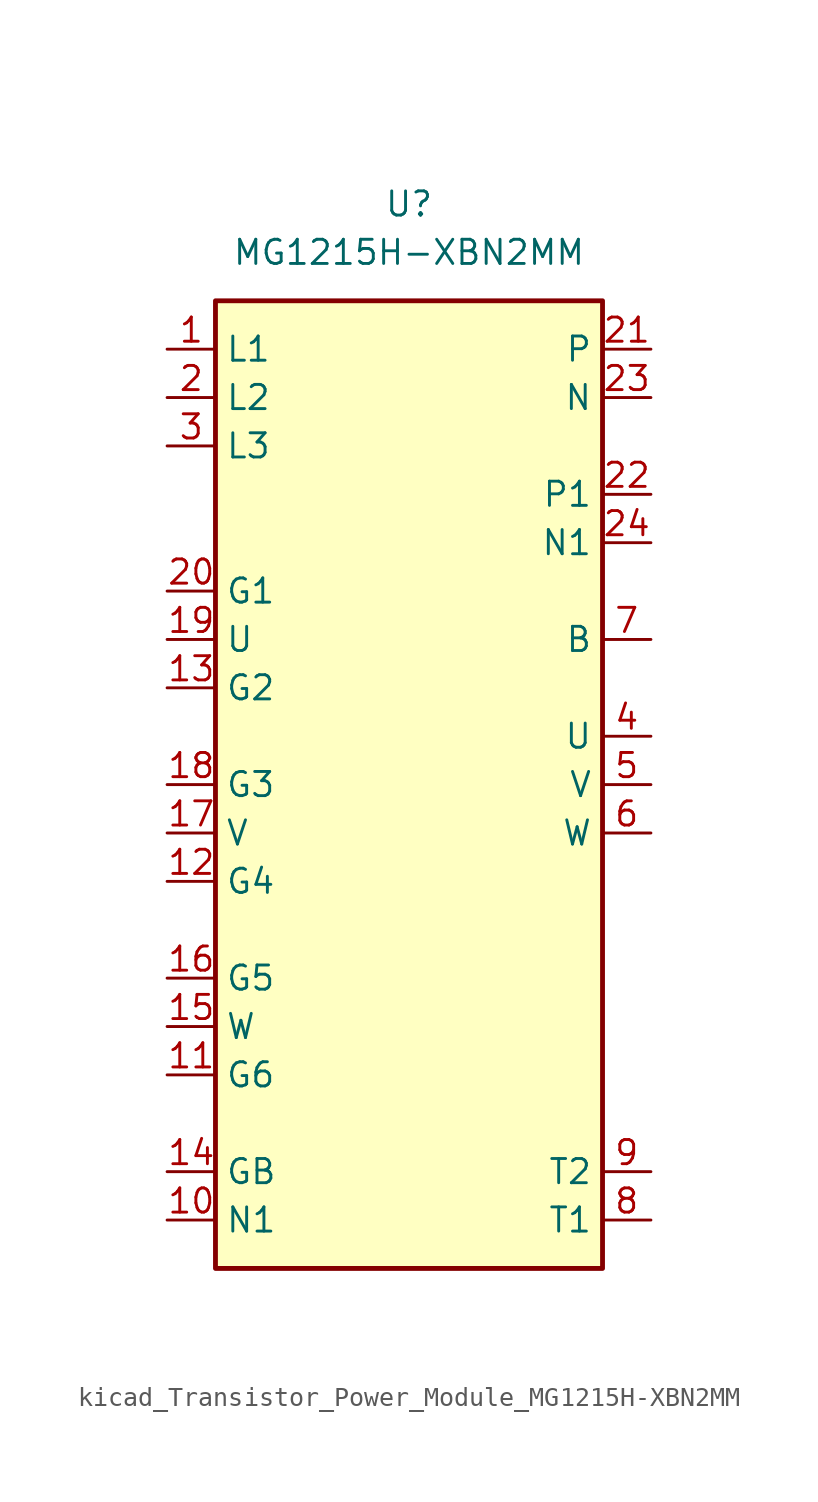
<source format=kicad_sym>
(kicad_symbol_lib
  (version 20220914)
  (generator kicad_symbol_editor)
  (symbol "kicad_Transistor_Power_Module_MG1215H-XBN2MM"
    (property "Reference" "U"
      (at 0 30.48 0)
      (effects (font (size 1.27 1.27))))
    (property "Value" "MG1215H-XBN2MM"
      (at 0 27.94 0)
      (effects (font (size 1.27 1.27))))
    (symbol "kicad_Transistor_Power_Module_MG1215H-XBN2MM_1_1"
      (rectangle (start -10.16 25.4) (end 10.16 -25.4) (stroke (width 0.254) (type default)) (fill (type background)))
      (pin passive line (at -12.7 22.86 0) (length 2.54) (name "L1" (effects (font (size 1.27 1.27)))) (number "1" (effects (font (size 1.27 1.27)))))
      (pin passive line (at -12.7 -22.86 0) (length 2.54) (name "N1" (effects (font (size 1.27 1.27)))) (number "10" (effects (font (size 1.27 1.27)))))
      (pin passive line (at -12.7 -15.24 0) (length 2.54) (name "G6" (effects (font (size 1.27 1.27)))) (number "11" (effects (font (size 1.27 1.27)))))
      (pin passive line (at -12.7 -5.08 0) (length 2.54) (name "G4" (effects (font (size 1.27 1.27)))) (number "12" (effects (font (size 1.27 1.27)))))
      (pin passive line (at -12.7 5.08 0) (length 2.54) (name "G2" (effects (font (size 1.27 1.27)))) (number "13" (effects (font (size 1.27 1.27)))))
      (pin passive line (at -12.7 -20.32 0) (length 2.54) (name "GB" (effects (font (size 1.27 1.27)))) (number "14" (effects (font (size 1.27 1.27)))))
      (pin passive line (at -12.7 -12.7 0) (length 2.54) (name "W" (effects (font (size 1.27 1.27)))) (number "15" (effects (font (size 1.27 1.27)))))
      (pin passive line (at -12.7 -10.16 0) (length 2.54) (name "G5" (effects (font (size 1.27 1.27)))) (number "16" (effects (font (size 1.27 1.27)))))
      (pin passive line (at -12.7 -2.54 0) (length 2.54) (name "V" (effects (font (size 1.27 1.27)))) (number "17" (effects (font (size 1.27 1.27)))))
      (pin passive line (at -12.7 0 0) (length 2.54) (name "G3" (effects (font (size 1.27 1.27)))) (number "18" (effects (font (size 1.27 1.27)))))
      (pin passive line (at -12.7 7.62 0) (length 2.54) (name "U" (effects (font (size 1.27 1.27)))) (number "19" (effects (font (size 1.27 1.27)))))
      (pin passive line (at -12.7 20.32 0) (length 2.54) (name "L2" (effects (font (size 1.27 1.27)))) (number "2" (effects (font (size 1.27 1.27)))))
      (pin passive line (at -12.7 10.16 0) (length 2.54) (name "G1" (effects (font (size 1.27 1.27)))) (number "20" (effects (font (size 1.27 1.27)))))
      (pin passive line (at 12.7 22.86 180) (length 2.54) (name "P" (effects (font (size 1.27 1.27)))) (number "21" (effects (font (size 1.27 1.27)))))
      (pin passive line (at 12.7 15.24 180) (length 2.54) (name "P1" (effects (font (size 1.27 1.27)))) (number "22" (effects (font (size 1.27 1.27)))))
      (pin passive line (at 12.7 20.32 180) (length 2.54) (name "N" (effects (font (size 1.27 1.27)))) (number "23" (effects (font (size 1.27 1.27)))))
      (pin passive line (at 12.7 12.7 180) (length 2.54) (name "N1" (effects (font (size 1.27 1.27)))) (number "24" (effects (font (size 1.27 1.27)))))
      (pin passive line (at -12.7 17.78 0) (length 2.54) (name "L3" (effects (font (size 1.27 1.27)))) (number "3" (effects (font (size 1.27 1.27)))))
      (pin passive line (at 12.7 2.54 180) (length 2.54) (name "U" (effects (font (size 1.27 1.27)))) (number "4" (effects (font (size 1.27 1.27)))))
      (pin passive line (at 12.7 0 180) (length 2.54) (name "V" (effects (font (size 1.27 1.27)))) (number "5" (effects (font (size 1.27 1.27)))))
      (pin passive line (at 12.7 -2.54 180) (length 2.54) (name "W" (effects (font (size 1.27 1.27)))) (number "6" (effects (font (size 1.27 1.27)))))
      (pin passive line (at 12.7 7.62 180) (length 2.54) (name "B" (effects (font (size 1.27 1.27)))) (number "7" (effects (font (size 1.27 1.27)))))
      (pin passive line (at 12.7 -22.86 180) (length 2.54) (name "T1" (effects (font (size 1.27 1.27)))) (number "8" (effects (font (size 1.27 1.27)))))
      (pin passive line (at 12.7 -20.32 180) (length 2.54) (name "T2" (effects (font (size 1.27 1.27)))) (number "9" (effects (font (size 1.27 1.27))))))))
</source>
